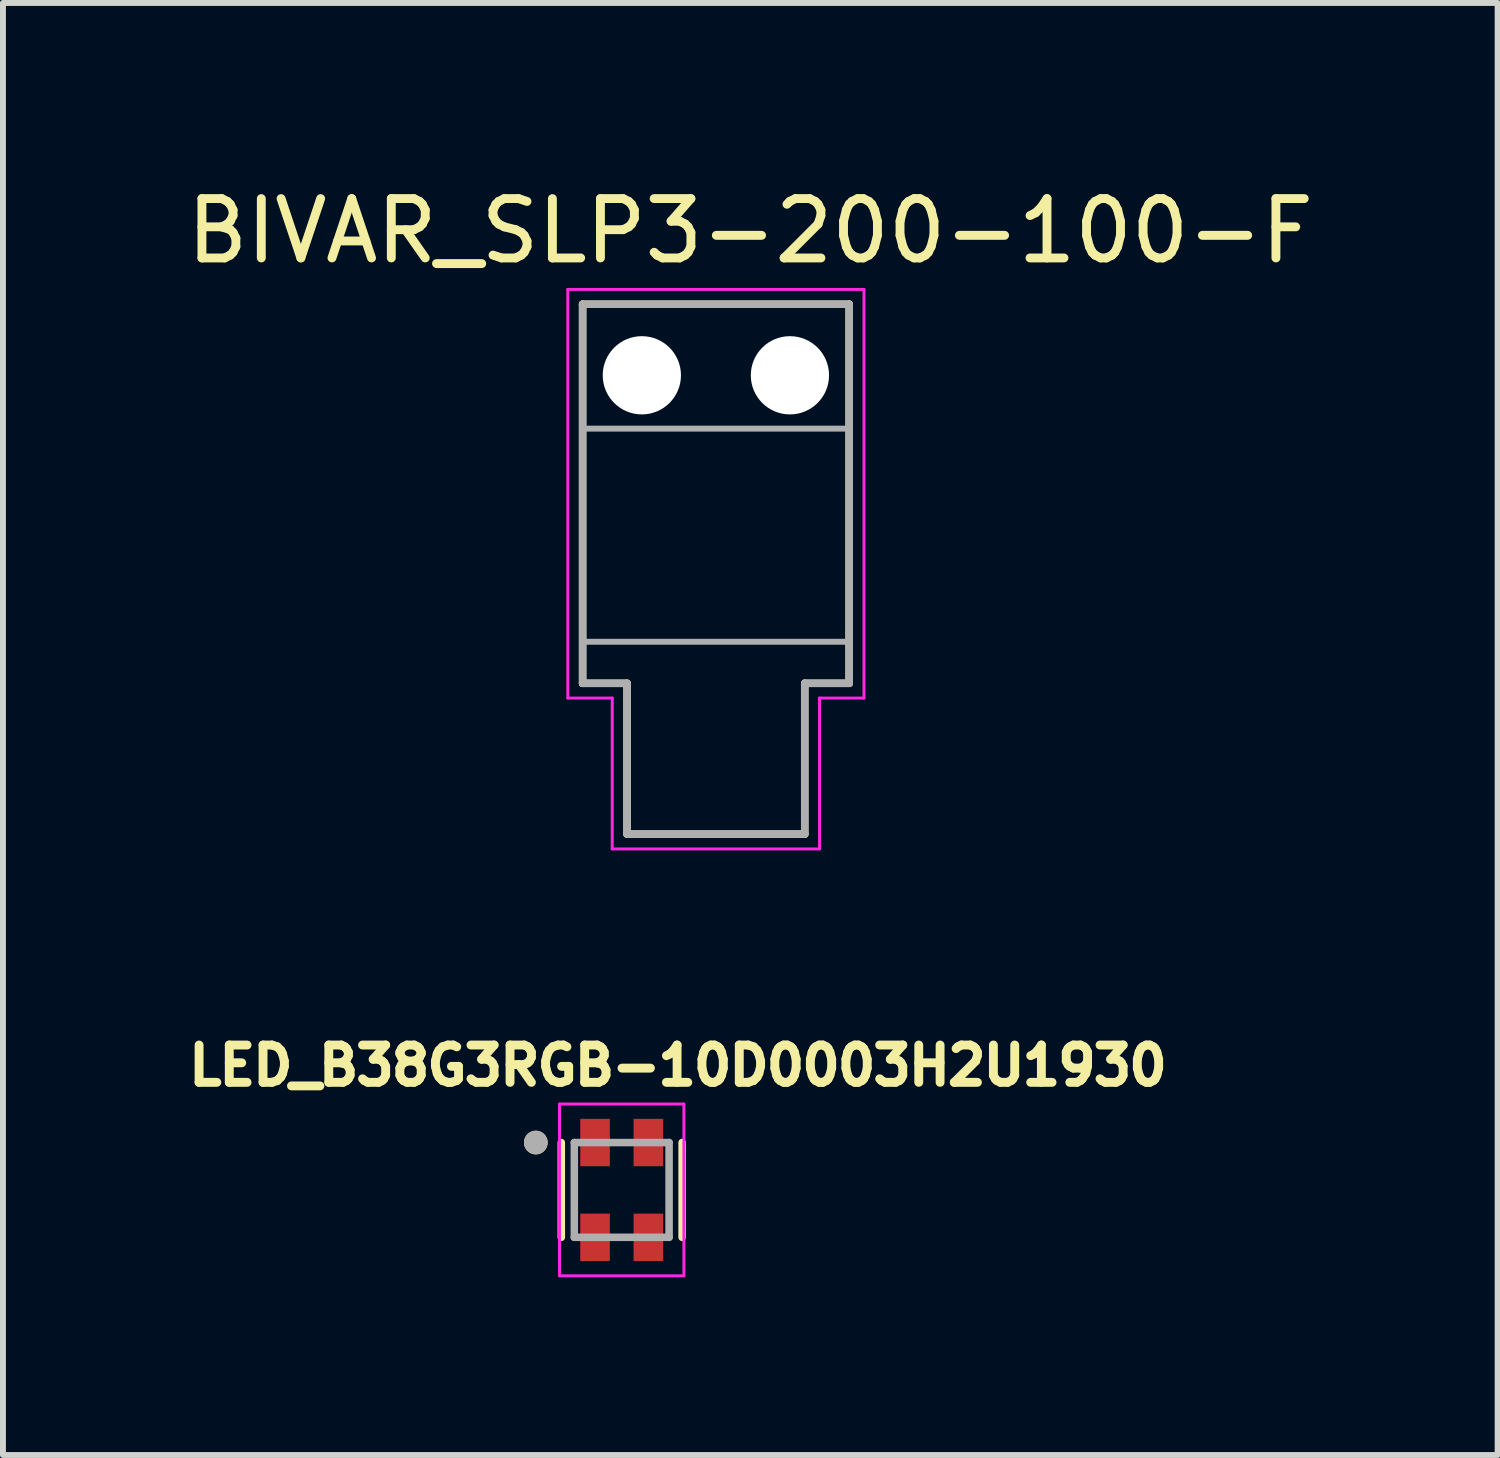
<source format=kicad_pcb>
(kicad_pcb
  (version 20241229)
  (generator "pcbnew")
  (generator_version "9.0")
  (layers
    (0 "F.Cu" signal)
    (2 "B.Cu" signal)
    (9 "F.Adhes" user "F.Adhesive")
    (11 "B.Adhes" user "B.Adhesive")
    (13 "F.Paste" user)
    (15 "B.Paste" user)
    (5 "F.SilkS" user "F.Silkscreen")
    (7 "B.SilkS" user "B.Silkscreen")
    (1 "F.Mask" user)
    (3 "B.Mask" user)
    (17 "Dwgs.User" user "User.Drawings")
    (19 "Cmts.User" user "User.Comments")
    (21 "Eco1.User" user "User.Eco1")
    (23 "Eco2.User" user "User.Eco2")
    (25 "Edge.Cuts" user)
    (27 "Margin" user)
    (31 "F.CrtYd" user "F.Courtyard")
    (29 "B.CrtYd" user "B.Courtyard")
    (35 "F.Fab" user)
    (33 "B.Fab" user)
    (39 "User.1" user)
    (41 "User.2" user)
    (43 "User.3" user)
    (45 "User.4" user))
  (footprint "BIVAR_SLP3-200-100-F"
    (layer "F.Cu")
    (at 9.036 6.559)
    (property "Reference" "BIVAR_SLP3-200-100-F" (at 0.58 -5.71 0) (layer "F.SilkS") (effects (font (size 1.002 1.002) (thickness 0.15))))
    (attr through_hole)
    (fp_line (start -2.25 -4.473) (end 2.25 -4.473) (stroke (width 0.127) (type solid)) (layer "F.SilkS"))
    (fp_line (start -2.25 1.927) (end -2.25 -4.473) (stroke (width 0.127) (type solid)) (layer "F.SilkS"))
    (fp_line (start -1.5 1.927) (end -2.25 1.927) (stroke (width 0.127) (type solid)) (layer "F.SilkS"))
    (fp_line (start -1.5 4.473) (end -1.5 1.927) (stroke (width 0.127) (type solid)) (layer "F.SilkS"))
    (fp_line (start 1.5 4.473) (end -1.5 4.473) (stroke (width 0.127) (type solid)) (layer "F.SilkS"))
    (fp_line (start 1.5 4.473) (end 1.5 1.927) (stroke (width 0.127) (type solid)) (layer "F.SilkS"))
    (fp_line (start 2.25 -4.473) (end 2.25 1.927) (stroke (width 0.127) (type solid)) (layer "F.SilkS"))
    (fp_line (start 2.25 1.927) (end 1.5 1.927) (stroke (width 0.127) (type solid)) (layer "F.SilkS"))
    (fp_line (start -2.5 -4.723) (end 2.5 -4.723) (stroke (width 0.05) (type solid)) (layer "F.CrtYd"))
    (fp_line (start -2.5 2.176) (end -2.5 -4.723) (stroke (width 0.05) (type solid)) (layer "F.CrtYd"))
    (fp_line (start -1.75 2.176) (end -2.5 2.176) (stroke (width 0.05) (type solid)) (layer "F.CrtYd"))
    (fp_line (start -1.75 4.723) (end -1.75 2.176) (stroke (width 0.05) (type solid)) (layer "F.CrtYd"))
    (fp_line (start 1.75 2.176) (end 1.75 4.723) (stroke (width 0.05) (type solid)) (layer "F.CrtYd"))
    (fp_line (start 1.75 4.723) (end -1.75 4.723) (stroke (width 0.05) (type solid)) (layer "F.CrtYd"))
    (fp_line (start 2.5 -4.723) (end 2.5 2.176) (stroke (width 0.05) (type solid)) (layer "F.CrtYd"))
    (fp_line (start 2.5 2.176) (end 1.75 2.176) (stroke (width 0.05) (type solid)) (layer "F.CrtYd"))
    (fp_line (start -2.25 -4.473) (end 2.25 -4.473) (stroke (width 0.127) (type solid)) (layer "F.Fab"))
    (fp_line (start -2.25 1.927) (end -2.25 -4.473) (stroke (width 0.127) (type solid)) (layer "F.Fab"))
    (fp_line (start -1.5 1.927) (end -2.25 1.927) (stroke (width 0.127) (type solid)) (layer "F.Fab"))
    (fp_line (start -1.5 4.473) (end -1.5 1.927) (stroke (width 0.127) (type solid)) (layer "F.Fab"))
    (fp_line (start 1.5 4.473) (end -1.5 4.473) (stroke (width 0.127) (type solid)) (layer "F.Fab"))
    (fp_line (start 1.5 4.473) (end 1.5 1.927) (stroke (width 0.127) (type solid)) (layer "F.Fab"))
    (fp_line (start 2.25 -4.473) (end 2.25 1.927) (stroke (width 0.127) (type solid)) (layer "F.Fab"))
    (fp_line (start 2.25 1.927) (end 1.5 1.927) (stroke (width 0.127) (type solid)) (layer "F.Fab"))
    (fp_poly (pts (xy -2.25 -2.373) (xy 2.25 -2.373) (xy 2.25 1.226) (xy -2.25 1.226)) (stroke (width 0.1) (type solid)) (fill no) (layer "F.Fab"))
    (pad "" np_thru_hole circle (at -1.25 -3.273) (size 1.321 1.321) (drill 1.321) (layers "*.Cu" "*.Mask"))
    (pad "" np_thru_hole circle (at 1.25 -3.273) (size 1.321 1.321) (drill 1.321) (layers "*.Cu" "*.Mask")))
  (footprint "LED_B38G3RGB-10D0003H2U1930"
    (layer "F.Cu")
    (at 7.446 17.039)
    (property "Reference" "LED_B38G3RGB-10D0003H2U1930" (at 0.95 -2.1 0) (layer "F.SilkS") (effects (font (size 0.63 0.63) (thickness 0.15))))
    (attr smd)
    (fp_line (start -1.02 0.8) (end -1.02 -0.8) (stroke (width 0.127) (type solid)) (layer "F.SilkS"))
    (fp_line (start 1.02 0.8) (end 1.02 -0.8) (stroke (width 0.127) (type solid)) (layer "F.SilkS"))
    (fp_circle (center -1.45 -0.8) (end -1.35 -0.8) (stroke (width 0.2) (type solid)) (fill no) (layer "F.SilkS"))
    (fp_line (start -1.05 -1.45) (end -1.05 1.45) (stroke (width 0.05) (type solid)) (layer "F.CrtYd"))
    (fp_line (start -1.05 1.45) (end 1.05 1.45) (stroke (width 0.05) (type solid)) (layer "F.CrtYd"))
    (fp_line (start 1.05 -1.45) (end -1.05 -1.45) (stroke (width 0.05) (type solid)) (layer "F.CrtYd"))
    (fp_line (start 1.05 1.45) (end 1.05 -1.45) (stroke (width 0.05) (type solid)) (layer "F.CrtYd"))
    (fp_line (start -0.8 -0.8) (end 0.8 -0.8) (stroke (width 0.127) (type solid)) (layer "F.Fab"))
    (fp_line (start -0.8 0.8) (end -0.8 -0.8) (stroke (width 0.127) (type solid)) (layer "F.Fab"))
    (fp_line (start 0.8 -0.8) (end 0.8 0.8) (stroke (width 0.127) (type solid)) (layer "F.Fab"))
    (fp_line (start 0.8 0.8) (end -0.8 0.8) (stroke (width 0.127) (type solid)) (layer "F.Fab"))
    (fp_circle (center -1.45 -0.8) (end -1.35 -0.8) (stroke (width 0.2) (type solid)) (fill no) (layer "F.Fab"))
    (pad "1" smd rect (at -0.45 -0.8) (size 0.5 0.8) (layers "F.Cu" "F.Mask" "F.Paste"))
    (pad "2" smd rect (at 0.45 -0.8) (size 0.5 0.8) (layers "F.Cu" "F.Mask" "F.Paste"))
    (pad "3" smd rect (at 0.45 0.8) (size 0.5 0.8) (layers "F.Cu" "F.Mask" "F.Paste"))
    (pad "4" smd rect (at -0.45 0.8) (size 0.5 0.8) (layers "F.Cu" "F.Mask" "F.Paste")))
  (gr_rect
    (start -3 -3)
    (end 22.234 21.514)
    (stroke (width 0.1) (type default))
    (fill no)
    (layer "Edge.Cuts")))
</source>
